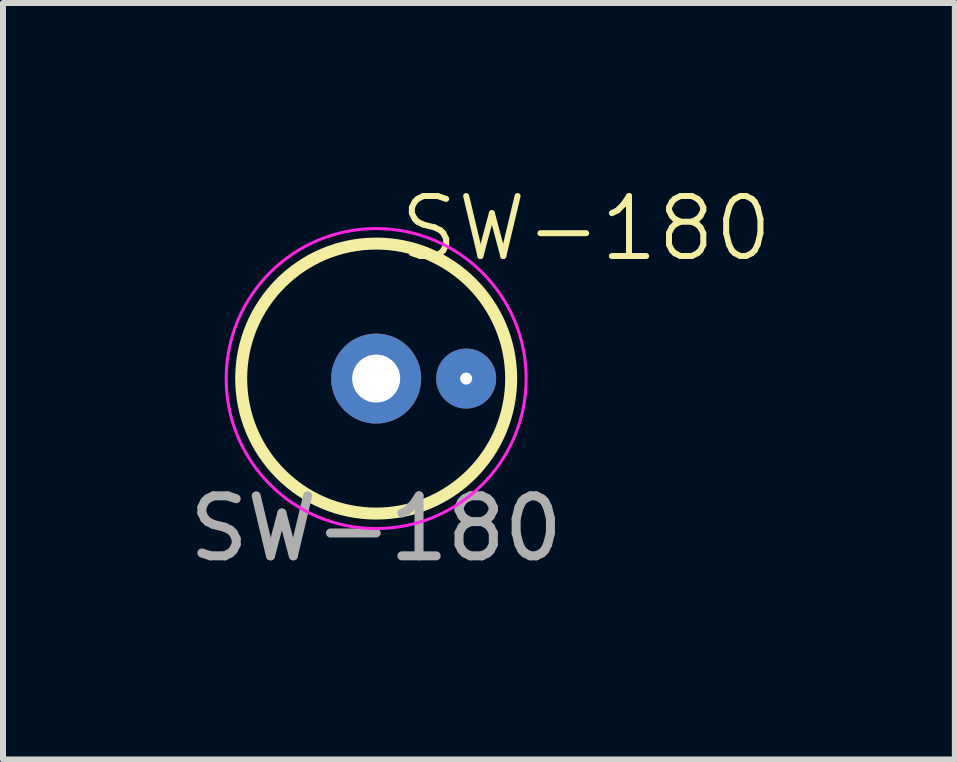
<source format=kicad_pcb>
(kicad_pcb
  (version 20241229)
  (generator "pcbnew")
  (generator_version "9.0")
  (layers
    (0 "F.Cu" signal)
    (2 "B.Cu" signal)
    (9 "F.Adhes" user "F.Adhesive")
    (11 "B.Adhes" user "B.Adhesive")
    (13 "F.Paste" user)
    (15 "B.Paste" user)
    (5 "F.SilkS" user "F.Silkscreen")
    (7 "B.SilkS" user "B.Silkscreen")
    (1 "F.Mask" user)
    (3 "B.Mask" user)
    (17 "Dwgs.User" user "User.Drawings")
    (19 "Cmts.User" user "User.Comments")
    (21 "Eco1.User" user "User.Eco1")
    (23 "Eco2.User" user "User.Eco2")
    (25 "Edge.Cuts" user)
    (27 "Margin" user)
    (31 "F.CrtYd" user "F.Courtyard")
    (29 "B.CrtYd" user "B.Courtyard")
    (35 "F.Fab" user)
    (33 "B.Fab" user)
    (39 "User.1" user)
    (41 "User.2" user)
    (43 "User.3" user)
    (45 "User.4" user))
  (footprint "SW-180"
    (layer "F.Cu")
    (at 3.22 3.26)
    (property "Reference" "SW-180" (at 3.5 -2.5 0) (unlocked yes) (layer "F.SilkS") (effects (font (size 1 1) (thickness 0.1))))
    (attr through_hole)
    (fp_circle (center 0 0) (end 2.25 0) (stroke (width 0.2) (type solid)) (fill no) (layer "F.SilkS"))
    (fp_circle (center 0 0) (end 2.5 0) (stroke (width 0.05) (type default)) (fill no) (layer "F.CrtYd"))
    (fp_text user "${REFERENCE}" (at 0 2.5 0) (unlocked yes) (layer "F.Fab") (effects (font (size 1 1) (thickness 0.15))))
    (pad "1" thru_hole circle (at 0 0) (size 1.5 1.5) (drill 0.8) (layers "*.Cu" "*.Mask"))
    (pad "2" thru_hole circle (at 1.5 0) (size 1 1) (drill 0.2) (layers "*.Cu" "*.Mask")))
  (gr_rect
    (start -3 -3)
    (end 12.865 9.609)
    (stroke (width 0.1) (type default))
    (fill no)
    (layer "Edge.Cuts")))
</source>
